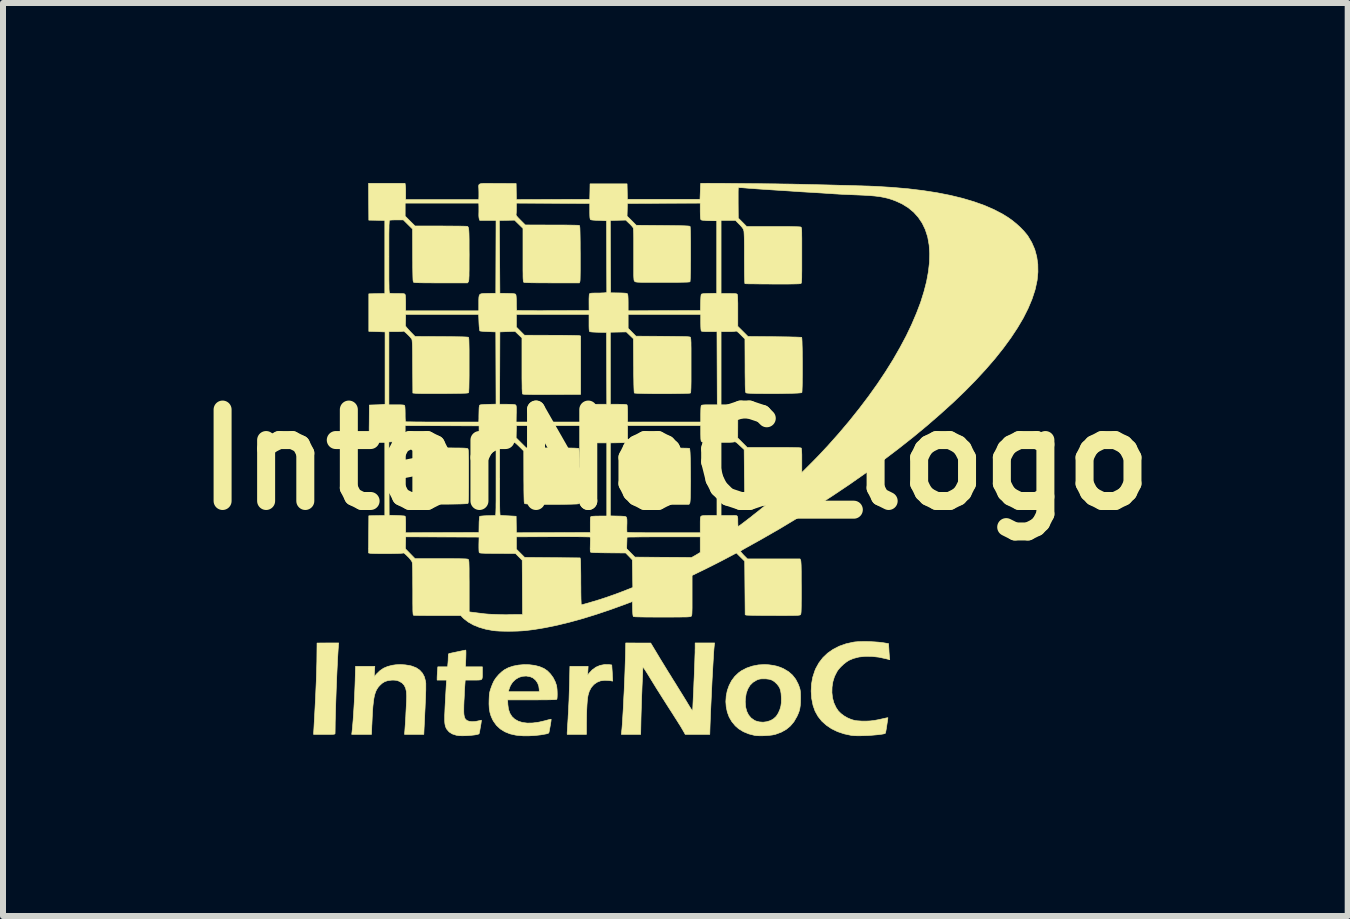
<source format=kicad_pcb>
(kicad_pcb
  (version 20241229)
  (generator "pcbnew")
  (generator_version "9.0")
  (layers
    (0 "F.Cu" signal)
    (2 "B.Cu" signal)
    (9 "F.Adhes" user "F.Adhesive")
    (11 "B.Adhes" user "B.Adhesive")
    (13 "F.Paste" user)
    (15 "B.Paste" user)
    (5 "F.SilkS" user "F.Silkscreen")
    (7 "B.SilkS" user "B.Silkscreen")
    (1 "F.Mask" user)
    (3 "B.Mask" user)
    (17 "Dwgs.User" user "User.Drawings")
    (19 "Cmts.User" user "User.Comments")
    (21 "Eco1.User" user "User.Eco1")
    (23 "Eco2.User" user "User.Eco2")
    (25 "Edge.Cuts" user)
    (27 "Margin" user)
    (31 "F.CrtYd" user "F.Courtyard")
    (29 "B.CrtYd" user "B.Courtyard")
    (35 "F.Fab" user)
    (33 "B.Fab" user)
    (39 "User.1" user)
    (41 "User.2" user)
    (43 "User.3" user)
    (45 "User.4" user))
  (footprint "InterNoC_logo"
    (layer "F.Cu")
    (at 8.208 4.612)
    (property "Reference" "InterNoC_logo" (at 0 0 0) (layer "F.SilkS") (effects (font (size 1.524 1.524) (thickness 0.3))))
    (attr through_hole)
    (fp_poly (pts (xy -5.617 3.114) (xy -5.621 3.164) (xy -5.625 3.23) (xy -5.63 3.309) (xy -5.634 3.398) (xy -5.639 3.497) (xy -5.644 3.602) (xy -5.648 3.713) (xy -5.653 3.827) (xy -5.657 3.941) (xy -5.661 4.055) (xy -5.664 4.165) (xy -5.667 4.271) (xy -5.67 4.37) (xy -5.671 4.46) (xy -5.672 4.538) (xy -5.673 4.566) (xy -5.674 4.571) (xy -5.679 4.574) (xy -5.689 4.577) (xy -5.708 4.579) (xy -5.736 4.58) (xy -5.777 4.58) (xy -5.832 4.58) (xy -5.852 4.58) (xy -6.031 4.58) (xy -6.025 4.481) (xy -6.015 4.297) (xy -6.006 4.129) (xy -5.998 3.975) (xy -5.992 3.834) (xy -5.986 3.703) (xy -5.982 3.583) (xy -5.979 3.471) (xy -5.976 3.367) (xy -5.975 3.268) (xy -5.975 3.266) (xy -5.973 3.057) (xy -5.792 3.056) (xy -5.612 3.056) (xy -5.617 3.114)) (stroke (width 0.01) (type solid)) (fill yes) (layer "F.SilkS"))
    (fp_poly (pts (xy -1.106 3.417) (xy -1.06 3.423) (xy -1.055 3.5) (xy -1.052 3.543) (xy -1.05 3.589) (xy -1.048 3.628) (xy -1.047 3.635) (xy -1.045 3.692) (xy -1.083 3.685) (xy -1.113 3.682) (xy -1.15 3.68) (xy -1.181 3.679) (xy -1.248 3.688) (xy -1.307 3.712) (xy -1.359 3.749) (xy -1.402 3.799) (xy -1.435 3.861) (xy -1.455 3.928) (xy -1.462 3.968) (xy -1.468 4.023) (xy -1.473 4.089) (xy -1.477 4.166) (xy -1.48 4.25) (xy -1.481 4.338) (xy -1.482 4.396) (xy -1.482 4.58) (xy -1.803 4.58) (xy -1.803 4.561) (xy -1.803 4.548) (xy -1.801 4.521) (xy -1.799 4.481) (xy -1.796 4.43) (xy -1.792 4.372) (xy -1.788 4.308) (xy -1.787 4.282) (xy -1.782 4.203) (xy -1.778 4.113) (xy -1.773 4.016) (xy -1.77 3.918) (xy -1.767 3.823) (xy -1.764 3.738) (xy -1.764 3.734) (xy -1.758 3.446) (xy -1.454 3.446) (xy -1.458 3.519) (xy -1.463 3.593) (xy -1.441 3.564) (xy -1.386 3.505) (xy -1.324 3.46) (xy -1.254 3.43) (xy -1.18 3.416) (xy -1.106 3.417)) (stroke (width 0.01) (type solid)) (fill yes) (layer "F.SilkS"))
    (fp_poly (pts (xy -4.504 3.421) (xy -4.428 3.433) (xy -4.392 3.442) (xy -4.32 3.47) (xy -4.262 3.509) (xy -4.216 3.56) (xy -4.184 3.62) (xy -4.165 3.692) (xy -4.16 3.728) (xy -4.16 3.752) (xy -4.16 3.789) (xy -4.16 3.839) (xy -4.162 3.897) (xy -4.164 3.963) (xy -4.167 4.032) (xy -4.169 4.068) (xy -4.172 4.142) (xy -4.176 4.216) (xy -4.179 4.287) (xy -4.182 4.353) (xy -4.185 4.409) (xy -4.187 4.452) (xy -4.188 4.464) (xy -4.193 4.58) (xy -4.515 4.58) (xy -4.509 4.515) (xy -4.506 4.47) (xy -4.502 4.415) (xy -4.498 4.352) (xy -4.494 4.284) (xy -4.491 4.214) (xy -4.487 4.146) (xy -4.484 4.082) (xy -4.481 4.025) (xy -4.48 3.979) (xy -4.479 3.946) (xy -4.479 3.941) (xy -4.483 3.867) (xy -4.497 3.807) (xy -4.521 3.76) (xy -4.555 3.723) (xy -4.601 3.696) (xy -4.613 3.691) (xy -4.642 3.681) (xy -4.671 3.677) (xy -4.705 3.675) (xy -4.733 3.676) (xy -4.794 3.684) (xy -4.845 3.701) (xy -4.891 3.73) (xy -4.93 3.767) (xy -4.953 3.793) (xy -4.972 3.822) (xy -4.989 3.853) (xy -5.003 3.89) (xy -5.016 3.933) (xy -5.026 3.984) (xy -5.034 4.044) (xy -5.042 4.114) (xy -5.048 4.197) (xy -5.053 4.294) (xy -5.058 4.406) (xy -5.06 4.434) (xy -5.065 4.58) (xy -5.395 4.58) (xy -5.39 4.54) (xy -5.384 4.486) (xy -5.378 4.418) (xy -5.371 4.337) (xy -5.365 4.248) (xy -5.359 4.153) (xy -5.353 4.054) (xy -5.348 3.954) (xy -5.344 3.856) (xy -5.34 3.761) (xy -5.337 3.674) (xy -5.337 3.664) (xy -5.331 3.446) (xy -5.01 3.446) (xy -5.015 3.532) (xy -5.021 3.619) (xy -4.977 3.569) (xy -4.923 3.517) (xy -4.864 3.477) (xy -4.796 3.448) (xy -4.718 3.428) (xy -4.662 3.42) (xy -4.585 3.416) (xy -4.504 3.421)) (stroke (width 0.01) (type solid)) (fill yes) (layer "F.SilkS"))
    (fp_poly (pts (xy 3.247 3.034) (xy 3.32 3.038) (xy 3.389 3.043) (xy 3.448 3.05) (xy 3.464 3.052) (xy 3.554 3.067) (xy 3.56 3.161) (xy 3.562 3.204) (xy 3.565 3.245) (xy 3.568 3.279) (xy 3.57 3.295) (xy 3.574 3.335) (xy 3.512 3.319) (xy 3.391 3.293) (xy 3.274 3.28) (xy 3.164 3.279) (xy 3.062 3.29) (xy 2.969 3.314) (xy 2.891 3.347) (xy 2.849 3.375) (xy 2.802 3.412) (xy 2.757 3.455) (xy 2.718 3.499) (xy 2.694 3.534) (xy 2.653 3.615) (xy 2.626 3.702) (xy 2.612 3.792) (xy 2.61 3.883) (xy 2.62 3.972) (xy 2.643 4.056) (xy 2.679 4.133) (xy 2.715 4.187) (xy 2.757 4.23) (xy 2.811 4.271) (xy 2.872 4.306) (xy 2.934 4.332) (xy 2.968 4.342) (xy 3.001 4.35) (xy 3.038 4.354) (xy 3.084 4.357) (xy 3.109 4.359) (xy 3.181 4.359) (xy 3.248 4.356) (xy 3.316 4.348) (xy 3.391 4.334) (xy 3.449 4.321) (xy 3.486 4.313) (xy 3.516 4.306) (xy 3.536 4.303) (xy 3.543 4.302) (xy 3.542 4.311) (xy 3.54 4.333) (xy 3.535 4.365) (xy 3.529 4.402) (xy 3.523 4.443) (xy 3.517 4.482) (xy 3.511 4.517) (xy 3.506 4.543) (xy 3.502 4.559) (xy 3.502 4.56) (xy 3.491 4.567) (xy 3.466 4.573) (xy 3.429 4.579) (xy 3.382 4.585) (xy 3.328 4.59) (xy 3.269 4.595) (xy 3.207 4.599) (xy 3.145 4.601) (xy 3.085 4.603) (xy 3.031 4.603) (xy 2.983 4.601) (xy 2.944 4.598) (xy 2.934 4.597) (xy 2.813 4.571) (xy 2.703 4.534) (xy 2.604 4.486) (xy 2.517 4.427) (xy 2.441 4.359) (xy 2.379 4.281) (xy 2.33 4.194) (xy 2.296 4.098) (xy 2.295 4.094) (xy 2.272 3.977) (xy 2.264 3.859) (xy 2.27 3.742) (xy 2.29 3.628) (xy 2.325 3.521) (xy 2.34 3.484) (xy 2.394 3.387) (xy 2.461 3.3) (xy 2.54 3.225) (xy 2.631 3.162) (xy 2.732 3.11) (xy 2.845 3.07) (xy 2.967 3.043) (xy 2.994 3.039) (xy 3.043 3.035) (xy 3.104 3.033) (xy 3.174 3.032) (xy 3.247 3.034)) (stroke (width 0.01) (type solid)) (fill yes) (layer "F.SilkS"))
    (fp_poly (pts (xy -3.492 3.183) (xy -3.491 3.205) (xy -3.491 3.239) (xy -3.492 3.281) (xy -3.493 3.315) (xy -3.499 3.454) (xy -3.217 3.454) (xy -3.217 3.545) (xy -3.217 3.592) (xy -3.218 3.626) (xy -3.222 3.649) (xy -3.231 3.664) (xy -3.249 3.671) (xy -3.276 3.674) (xy -3.316 3.675) (xy -3.365 3.675) (xy -3.503 3.675) (xy -3.508 3.744) (xy -3.51 3.773) (xy -3.513 3.816) (xy -3.516 3.868) (xy -3.518 3.927) (xy -3.521 3.988) (xy -3.523 4.017) (xy -3.526 4.094) (xy -3.527 4.156) (xy -3.527 4.205) (xy -3.525 4.243) (xy -3.52 4.273) (xy -3.514 4.297) (xy -3.505 4.317) (xy -3.5 4.325) (xy -3.475 4.348) (xy -3.438 4.362) (xy -3.39 4.368) (xy -3.335 4.365) (xy -3.289 4.356) (xy -3.262 4.35) (xy -3.242 4.345) (xy -3.234 4.344) (xy -3.233 4.351) (xy -3.236 4.372) (xy -3.24 4.402) (xy -3.246 4.437) (xy -3.253 4.475) (xy -3.259 4.511) (xy -3.265 4.541) (xy -3.27 4.563) (xy -3.273 4.571) (xy -3.287 4.577) (xy -3.314 4.584) (xy -3.351 4.59) (xy -3.396 4.595) (xy -3.444 4.599) (xy -3.492 4.602) (xy -3.493 4.602) (xy -3.556 4.603) (xy -3.607 4.601) (xy -3.648 4.595) (xy -3.656 4.593) (xy -3.72 4.572) (xy -3.771 4.539) (xy -3.809 4.495) (xy -3.819 4.478) (xy -3.827 4.46) (xy -3.834 4.44) (xy -3.839 4.417) (xy -3.843 4.39) (xy -3.845 4.356) (xy -3.845 4.313) (xy -3.845 4.261) (xy -3.842 4.198) (xy -3.839 4.121) (xy -3.834 4.03) (xy -3.833 4.007) (xy -3.814 3.675) (xy -3.971 3.675) (xy -3.971 3.634) (xy -3.97 3.606) (xy -3.968 3.568) (xy -3.966 3.529) (xy -3.965 3.524) (xy -3.96 3.454) (xy -3.796 3.454) (xy -3.79 3.385) (xy -3.787 3.346) (xy -3.786 3.307) (xy -3.785 3.277) (xy -3.785 3.275) (xy -3.784 3.25) (xy -3.779 3.237) (xy -3.769 3.231) (xy -3.766 3.231) (xy -3.751 3.228) (xy -3.723 3.222) (xy -3.685 3.214) (xy -3.642 3.205) (xy -3.623 3.201) (xy -3.58 3.192) (xy -3.542 3.184) (xy -3.513 3.178) (xy -3.497 3.175) (xy -3.494 3.175) (xy -3.492 3.183)) (stroke (width 0.01) (type solid)) (fill yes) (layer "F.SilkS"))
    (fp_poly (pts (xy 1.559 3.42) (xy 1.631 3.43) (xy 1.691 3.443) (xy 1.746 3.461) (xy 1.803 3.485) (xy 1.809 3.489) (xy 1.887 3.535) (xy 1.952 3.592) (xy 2.006 3.661) (xy 2.048 3.742) (xy 2.061 3.776) (xy 2.071 3.804) (xy 2.078 3.829) (xy 2.082 3.852) (xy 2.085 3.879) (xy 2.086 3.913) (xy 2.087 3.959) (xy 2.087 3.979) (xy 2.086 4.047) (xy 2.082 4.102) (xy 2.075 4.149) (xy 2.064 4.193) (xy 2.047 4.237) (xy 2.024 4.288) (xy 2.023 4.288) (xy 1.976 4.37) (xy 1.917 4.44) (xy 1.848 4.497) (xy 1.766 4.543) (xy 1.672 4.578) (xy 1.655 4.582) (xy 1.618 4.59) (xy 1.569 4.596) (xy 1.513 4.6) (xy 1.455 4.603) (xy 1.401 4.603) (xy 1.354 4.601) (xy 1.326 4.598) (xy 1.224 4.572) (xy 1.134 4.535) (xy 1.056 4.487) (xy 0.999 4.437) (xy 0.942 4.368) (xy 0.897 4.291) (xy 0.866 4.207) (xy 0.848 4.119) (xy 0.842 4.039) (xy 1.165 4.039) (xy 1.171 4.122) (xy 1.19 4.195) (xy 1.22 4.256) (xy 1.262 4.306) (xy 1.316 4.345) (xy 1.342 4.357) (xy 1.399 4.372) (xy 1.462 4.377) (xy 1.525 4.369) (xy 1.582 4.351) (xy 1.584 4.351) (xy 1.639 4.319) (xy 1.682 4.279) (xy 1.715 4.228) (xy 1.718 4.222) (xy 1.743 4.165) (xy 1.759 4.11) (xy 1.767 4.052) (xy 1.768 3.985) (xy 1.767 3.963) (xy 1.763 3.901) (xy 1.755 3.852) (xy 1.742 3.812) (xy 1.722 3.776) (xy 1.695 3.742) (xy 1.691 3.738) (xy 1.652 3.701) (xy 1.612 3.676) (xy 1.566 3.661) (xy 1.51 3.654) (xy 1.482 3.654) (xy 1.44 3.654) (xy 1.41 3.657) (xy 1.385 3.663) (xy 1.36 3.673) (xy 1.354 3.676) (xy 1.293 3.713) (xy 1.244 3.762) (xy 1.207 3.824) (xy 1.181 3.897) (xy 1.168 3.982) (xy 1.165 4.039) (xy 0.842 4.039) (xy 0.842 4.029) (xy 0.848 3.939) (xy 0.866 3.85) (xy 0.896 3.766) (xy 0.937 3.686) (xy 0.99 3.615) (xy 1.054 3.554) (xy 1.101 3.52) (xy 1.187 3.475) (xy 1.283 3.442) (xy 1.384 3.422) (xy 1.487 3.416) (xy 1.559 3.42)) (stroke (width 0.01) (type solid)) (fill yes) (layer "F.SilkS"))
    (fp_poly (pts (xy -2.434 3.419) (xy -2.345 3.43) (xy -2.263 3.451) (xy -2.19 3.482) (xy -2.133 3.521) (xy -2.081 3.574) (xy -2.036 3.636) (xy -2.001 3.706) (xy -1.98 3.768) (xy -1.976 3.795) (xy -1.972 3.83) (xy -1.97 3.87) (xy -1.969 3.911) (xy -1.97 3.948) (xy -1.972 3.977) (xy -1.975 3.993) (xy -1.976 3.994) (xy -1.981 3.997) (xy -1.995 3.999) (xy -2.018 4.001) (xy -2.051 4.002) (xy -2.096 4.003) (xy -2.153 4.004) (xy -2.224 4.004) (xy -2.31 4.005) (xy -2.389 4.005) (xy -2.796 4.005) (xy -2.792 4.083) (xy -2.782 4.161) (xy -2.759 4.227) (xy -2.724 4.283) (xy -2.677 4.327) (xy -2.618 4.36) (xy -2.548 4.382) (xy -2.467 4.392) (xy -2.376 4.39) (xy -2.274 4.376) (xy -2.163 4.35) (xy -2.154 4.347) (xy -2.12 4.338) (xy -2.092 4.331) (xy -2.075 4.328) (xy -2.07 4.328) (xy -2.071 4.337) (xy -2.073 4.359) (xy -2.078 4.39) (xy -2.083 4.42) (xy -2.09 4.46) (xy -2.097 4.496) (xy -2.102 4.524) (xy -2.104 4.535) (xy -2.108 4.551) (xy -2.117 4.561) (xy -2.136 4.568) (xy -2.153 4.572) (xy -2.243 4.588) (xy -2.341 4.599) (xy -2.44 4.604) (xy -2.537 4.604) (xy -2.625 4.597) (xy -2.659 4.593) (xy -2.757 4.571) (xy -2.843 4.536) (xy -2.918 4.489) (xy -2.981 4.431) (xy -3.032 4.36) (xy -3.047 4.333) (xy -3.073 4.273) (xy -3.091 4.213) (xy -3.102 4.147) (xy -3.106 4.073) (xy -3.105 4.014) (xy -3.103 3.963) (xy -3.101 3.924) (xy -3.097 3.892) (xy -3.092 3.869) (xy -2.784 3.869) (xy -2.269 3.869) (xy -2.269 3.831) (xy -2.277 3.773) (xy -2.298 3.72) (xy -2.33 3.675) (xy -2.373 3.639) (xy -2.419 3.619) (xy -2.486 3.607) (xy -2.55 3.612) (xy -2.611 3.631) (xy -2.665 3.664) (xy -2.712 3.709) (xy -2.749 3.765) (xy -2.773 3.829) (xy -2.784 3.869) (xy -3.092 3.869) (xy -3.091 3.864) (xy -3.082 3.834) (xy -3.074 3.81) (xy -3.059 3.769) (xy -3.042 3.728) (xy -3.026 3.694) (xy -3.02 3.683) (xy -2.986 3.633) (xy -2.941 3.581) (xy -2.891 3.535) (xy -2.85 3.504) (xy -2.782 3.468) (xy -2.703 3.442) (xy -2.616 3.425) (xy -2.525 3.417) (xy -2.434 3.419)) (stroke (width 0.01) (type solid)) (fill yes) (layer "F.SilkS"))
    (fp_poly (pts (xy 0.649 3.097) (xy 0.646 3.126) (xy 0.642 3.171) (xy 0.638 3.229) (xy 0.634 3.299) (xy 0.629 3.379) (xy 0.624 3.467) (xy 0.619 3.563) (xy 0.613 3.663) (xy 0.608 3.767) (xy 0.603 3.873) (xy 0.598 3.979) (xy 0.593 4.084) (xy 0.588 4.185) (xy 0.584 4.281) (xy 0.581 4.37) (xy 0.579 4.417) (xy 0.574 4.58) (xy 0.165 4.58) (xy 0.123 4.506) (xy 0.107 4.479) (xy 0.084 4.44) (xy 0.054 4.393) (xy 0.021 4.34) (xy -0.015 4.284) (xy -0.047 4.233) (xy -0.111 4.134) (xy -0.167 4.046) (xy -0.218 3.966) (xy -0.264 3.893) (xy -0.309 3.822) (xy -0.352 3.752) (xy -0.397 3.679) (xy -0.433 3.62) (xy -0.467 3.565) (xy -0.493 3.524) (xy -0.513 3.494) (xy -0.526 3.475) (xy -0.535 3.465) (xy -0.54 3.463) (xy -0.542 3.468) (xy -0.542 3.472) (xy -0.542 3.487) (xy -0.544 3.517) (xy -0.545 3.56) (xy -0.547 3.612) (xy -0.55 3.673) (xy -0.553 3.739) (xy -0.555 3.78) (xy -0.558 3.865) (xy -0.562 3.958) (xy -0.565 4.057) (xy -0.568 4.154) (xy -0.571 4.245) (xy -0.573 4.32) (xy -0.578 4.58) (xy -0.9 4.58) (xy -0.895 4.532) (xy -0.89 4.485) (xy -0.885 4.423) (xy -0.88 4.348) (xy -0.875 4.262) (xy -0.869 4.168) (xy -0.864 4.067) (xy -0.859 3.961) (xy -0.853 3.853) (xy -0.849 3.744) (xy -0.844 3.636) (xy -0.84 3.532) (xy -0.837 3.434) (xy -0.834 3.343) (xy -0.832 3.291) (xy -0.827 3.056) (xy -0.619 3.057) (xy -0.411 3.057) (xy -0.316 3.215) (xy -0.289 3.26) (xy -0.255 3.317) (xy -0.215 3.382) (xy -0.172 3.452) (xy -0.127 3.526) (xy -0.081 3.599) (xy -0.045 3.658) (xy -0.002 3.726) (xy 0.041 3.796) (xy 0.083 3.864) (xy 0.123 3.928) (xy 0.158 3.985) (xy 0.187 4.032) (xy 0.207 4.066) (xy 0.232 4.107) (xy 0.253 4.141) (xy 0.271 4.167) (xy 0.282 4.183) (xy 0.287 4.187) (xy 0.288 4.178) (xy 0.29 4.153) (xy 0.292 4.116) (xy 0.294 4.066) (xy 0.297 4.007) (xy 0.3 3.94) (xy 0.304 3.867) (xy 0.307 3.788) (xy 0.31 3.707) (xy 0.314 3.626) (xy 0.317 3.544) (xy 0.32 3.466) (xy 0.323 3.391) (xy 0.325 3.323) (xy 0.327 3.262) (xy 0.329 3.211) (xy 0.329 3.171) (xy 0.33 3.152) (xy 0.33 3.056) (xy 0.654 3.056) (xy 0.649 3.097)) (stroke (width 0.01) (type solid)) (fill yes) (layer "F.SilkS"))
    (fp_poly (pts (xy 0.607 -4.606) (xy 0.68 -4.606) (xy 0.762 -4.606) (xy 0.851 -4.605) (xy 0.946 -4.604) (xy 1.046 -4.603) (xy 1.15 -4.602) (xy 1.256 -4.601) (xy 1.362 -4.6) (xy 1.468 -4.599) (xy 1.572 -4.598) (xy 1.672 -4.597) (xy 1.768 -4.595) (xy 1.858 -4.594) (xy 1.941 -4.593) (xy 2.015 -4.591) (xy 2.079 -4.59) (xy 2.108 -4.589) (xy 2.267 -4.585) (xy 2.409 -4.582) (xy 2.537 -4.579) (xy 2.65 -4.576) (xy 2.752 -4.573) (xy 2.841 -4.571) (xy 2.92 -4.569) (xy 2.989 -4.567) (xy 3.05 -4.565) (xy 3.103 -4.564) (xy 3.15 -4.562) (xy 3.192 -4.561) (xy 3.229 -4.56) (xy 3.263 -4.558) (xy 3.295 -4.557) (xy 3.325 -4.556) (xy 3.344 -4.555) (xy 3.62 -4.538) (xy 3.882 -4.515) (xy 4.13 -4.485) (xy 4.363 -4.449) (xy 4.582 -4.406) (xy 4.787 -4.356) (xy 4.976 -4.3) (xy 5.151 -4.238) (xy 5.31 -4.169) (xy 5.454 -4.094) (xy 5.546 -4.037) (xy 5.615 -3.988) (xy 5.684 -3.932) (xy 5.75 -3.872) (xy 5.809 -3.811) (xy 5.858 -3.753) (xy 5.876 -3.729) (xy 5.941 -3.62) (xy 5.991 -3.505) (xy 6.024 -3.384) (xy 6.042 -3.258) (xy 6.044 -3.127) (xy 6.031 -2.99) (xy 6.001 -2.849) (xy 5.994 -2.823) (xy 5.945 -2.674) (xy 5.88 -2.52) (xy 5.8 -2.361) (xy 5.704 -2.198) (xy 5.593 -2.03) (xy 5.468 -1.859) (xy 5.328 -1.683) (xy 5.174 -1.505) (xy 5.006 -1.323) (xy 4.824 -1.138) (xy 4.629 -0.951) (xy 4.42 -0.762) (xy 4.199 -0.57) (xy 3.966 -0.377) (xy 3.719 -0.182) (xy 3.461 0.014) (xy 3.191 0.211) (xy 2.91 0.408) (xy 2.891 0.421) (xy 2.618 0.604) (xy 2.333 0.789) (xy 2.038 0.972) (xy 1.739 1.152) (xy 1.438 1.325) (xy 1.158 1.481) (xy 1.128 1.498) (xy 1.104 1.513) (xy 1.089 1.523) (xy 1.087 1.525) (xy 1.09 1.535) (xy 1.104 1.553) (xy 1.125 1.577) (xy 1.142 1.595) (xy 1.202 1.655) (xy 2.078 1.655) (xy 2.089 1.676) (xy 2.091 1.685) (xy 2.093 1.702) (xy 2.095 1.728) (xy 2.097 1.763) (xy 2.098 1.81) (xy 2.099 1.869) (xy 2.099 1.942) (xy 2.099 2.029) (xy 2.1 2.132) (xy 2.1 2.134) (xy 2.1 2.232) (xy 2.1 2.314) (xy 2.099 2.381) (xy 2.099 2.436) (xy 2.098 2.48) (xy 2.097 2.514) (xy 2.096 2.539) (xy 2.094 2.557) (xy 2.092 2.569) (xy 2.09 2.577) (xy 2.087 2.583) (xy 2.084 2.585) (xy 2.08 2.588) (xy 2.072 2.591) (xy 2.06 2.593) (xy 2.043 2.595) (xy 2.019 2.596) (xy 1.986 2.597) (xy 1.944 2.598) (xy 1.89 2.598) (xy 1.824 2.599) (xy 1.743 2.599) (xy 1.648 2.598) (xy 1.638 2.598) (xy 1.553 2.598) (xy 1.473 2.598) (xy 1.4 2.597) (xy 1.334 2.596) (xy 1.279 2.595) (xy 1.234 2.594) (xy 1.203 2.593) (xy 1.187 2.592) (xy 1.185 2.592) (xy 1.164 2.586) (xy 1.16 2.14) (xy 1.156 1.693) (xy 1.087 1.625) (xy 1.018 1.556) (xy 0.837 1.652) (xy 0.772 1.686) (xy 0.698 1.724) (xy 0.619 1.764) (xy 0.543 1.802) (xy 0.475 1.836) (xy 0.468 1.839) (xy 0.279 1.931) (xy 0.279 2.264) (xy 0.279 2.348) (xy 0.279 2.417) (xy 0.279 2.472) (xy 0.278 2.515) (xy 0.277 2.547) (xy 0.276 2.571) (xy 0.274 2.588) (xy 0.271 2.599) (xy 0.268 2.606) (xy 0.264 2.61) (xy 0.264 2.611) (xy 0.259 2.614) (xy 0.252 2.616) (xy 0.241 2.618) (xy 0.224 2.62) (xy 0.2 2.622) (xy 0.168 2.623) (xy 0.127 2.623) (xy 0.075 2.624) (xy 0.011 2.624) (xy -0.067 2.625) (xy -0.159 2.625) (xy -0.222 2.625) (xy -0.327 2.625) (xy -0.416 2.624) (xy -0.49 2.624) (xy -0.551 2.623) (xy -0.6 2.622) (xy -0.637 2.621) (xy -0.665 2.62) (xy -0.684 2.618) (xy -0.696 2.616) (xy -0.701 2.614) (xy -0.701 2.614) (xy -0.705 2.601) (xy -0.709 2.574) (xy -0.711 2.535) (xy -0.713 2.487) (xy -0.713 2.484) (xy -0.715 2.365) (xy -0.847 2.415) (xy -1.085 2.501) (xy -1.317 2.579) (xy -1.543 2.649) (xy -1.761 2.709) (xy -1.97 2.76) (xy -2.169 2.801) (xy -2.356 2.832) (xy -2.492 2.849) (xy -2.554 2.854) (xy -2.626 2.858) (xy -2.703 2.86) (xy -2.782 2.861) (xy -2.86 2.86) (xy -2.932 2.858) (xy -2.994 2.854) (xy -3.044 2.849) (xy -3.046 2.848) (xy -3.163 2.826) (xy -3.27 2.795) (xy -3.366 2.756) (xy -3.45 2.709) (xy -3.521 2.655) (xy -3.543 2.634) (xy -3.576 2.599) (xy -3.963 2.599) (xy -4.043 2.599) (xy -4.118 2.599) (xy -4.186 2.598) (xy -4.246 2.598) (xy -4.295 2.597) (xy -4.332 2.596) (xy -4.356 2.595) (xy -4.364 2.594) (xy -4.367 2.592) (xy -4.369 2.586) (xy -4.372 2.575) (xy -4.373 2.558) (xy -4.375 2.533) (xy -4.376 2.499) (xy -4.376 2.455) (xy -4.377 2.4) (xy -4.377 2.331) (xy -4.377 2.248) (xy -4.377 2.169) (xy -4.378 2.058) (xy -4.378 1.962) (xy -4.379 1.881) (xy -4.38 1.815) (xy -4.382 1.765) (xy -4.384 1.731) (xy -4.386 1.714) (xy -4.396 1.691) (xy -4.416 1.664) (xy -4.446 1.629) (xy -4.46 1.616) (xy -4.489 1.587) (xy -4.509 1.569) (xy -4.523 1.559) (xy -4.534 1.556) (xy -4.544 1.558) (xy -4.544 1.559) (xy -4.558 1.56) (xy -4.585 1.562) (xy -4.625 1.564) (xy -4.673 1.565) (xy -4.728 1.566) (xy -4.787 1.566) (xy -4.848 1.566) (xy -4.906 1.566) (xy -4.961 1.566) (xy -5.01 1.565) (xy -5.049 1.564) (xy -5.077 1.562) (xy -5.088 1.561) (xy -5.114 1.556) (xy -5.114 1.486) (xy -4.5 1.486) (xy -4.339 1.651) (xy -3.902 1.651) (xy -3.803 1.651) (xy -3.721 1.651) (xy -3.652 1.652) (xy -3.596 1.652) (xy -3.552 1.653) (xy -3.518 1.654) (xy -3.492 1.655) (xy -3.474 1.657) (xy -3.462 1.659) (xy -3.455 1.662) (xy -3.451 1.664) (xy -3.448 1.669) (xy -3.445 1.677) (xy -3.443 1.69) (xy -3.441 1.709) (xy -3.44 1.735) (xy -3.439 1.771) (xy -3.438 1.817) (xy -3.438 1.875) (xy -3.438 1.945) (xy -3.437 2.031) (xy -3.437 2.108) (xy -3.437 2.538) (xy -3.325 2.552) (xy -3.279 2.558) (xy -3.235 2.563) (xy -3.198 2.568) (xy -3.172 2.571) (xy -3.171 2.571) (xy -3.148 2.573) (xy -3.112 2.576) (xy -3.069 2.578) (xy -3.02 2.58) (xy -2.968 2.582) (xy -2.918 2.584) (xy -2.872 2.585) (xy -2.833 2.586) (xy -2.804 2.586) (xy -2.79 2.585) (xy -2.79 2.585) (xy -2.775 2.584) (xy -2.748 2.583) (xy -2.71 2.583) (xy -2.668 2.582) (xy -2.66 2.582) (xy -2.547 2.582) (xy -2.55 2.129) (xy -2.553 1.677) (xy -2.609 1.621) (xy -2.664 1.565) (xy -2.962 1.563) (xy -3.043 1.563) (xy -3.108 1.562) (xy -3.159 1.562) (xy -3.198 1.56) (xy -3.227 1.559) (xy -3.247 1.557) (xy -3.259 1.555) (xy -3.266 1.552) (xy -3.269 1.549) (xy -3.272 1.536) (xy -3.274 1.509) (xy -3.275 1.471) (xy -3.275 1.425) (xy -3.275 1.414) (xy -3.272 1.291) (xy -3.884 1.289) (xy -4.401 1.287) (xy -2.65 1.287) (xy -2.65 1.492) (xy -2.512 1.63) (xy -2.05 1.634) (xy -1.588 1.638) (xy -1.582 1.664) (xy -1.581 1.677) (xy -1.58 1.706) (xy -1.579 1.748) (xy -1.578 1.801) (xy -1.577 1.864) (xy -1.576 1.934) (xy -1.576 2.009) (xy -1.576 2.055) (xy -1.575 2.132) (xy -1.575 2.204) (xy -1.574 2.268) (xy -1.573 2.323) (xy -1.571 2.368) (xy -1.57 2.4) (xy -1.569 2.418) (xy -1.568 2.421) (xy -1.558 2.419) (xy -1.534 2.413) (xy -1.499 2.403) (xy -1.455 2.391) (xy -1.405 2.376) (xy -1.388 2.371) (xy -1.258 2.332) (xy -1.12 2.286) (xy -0.982 2.237) (xy -0.85 2.187) (xy -0.81 2.171) (xy -0.709 2.131) (xy -0.713 1.901) (xy -0.717 1.671) (xy -0.772 1.613) (xy -0.828 1.556) (xy -1.118 1.554) (xy -1.198 1.553) (xy -1.263 1.552) (xy -1.314 1.551) (xy -1.353 1.55) (xy -1.381 1.548) (xy -1.399 1.546) (xy -1.41 1.543) (xy -1.415 1.54) (xy -1.418 1.527) (xy -1.419 1.501) (xy -1.419 1.485) (xy -0.812 1.485) (xy -0.743 1.555) (xy -0.674 1.625) (xy -0.208 1.628) (xy -0.121 1.628) (xy -0.038 1.629) (xy 0.037 1.629) (xy 0.104 1.63) (xy 0.162 1.63) (xy 0.208 1.631) (xy 0.241 1.631) (xy 0.26 1.632) (xy 0.264 1.632) (xy 0.273 1.629) (xy 0.293 1.619) (xy 0.321 1.603) (xy 0.342 1.591) (xy 0.415 1.547) (xy 0.415 1.287) (xy -0.195 1.287) (xy -0.295 1.287) (xy -0.39 1.287) (xy -0.478 1.288) (xy -0.559 1.288) (xy -0.63 1.289) (xy -0.692 1.29) (xy -0.741 1.29) (xy -0.777 1.291) (xy -0.799 1.292) (xy -0.805 1.293) (xy -0.806 1.304) (xy -0.807 1.328) (xy -0.808 1.361) (xy -0.809 1.393) (xy -0.812 1.485) (xy -1.419 1.485) (xy -1.419 1.464) (xy -1.418 1.42) (xy -1.418 1.414) (xy -1.417 1.371) (xy -1.416 1.335) (xy -1.417 1.307) (xy -1.419 1.292) (xy -1.42 1.291) (xy -1.43 1.289) (xy -1.457 1.288) (xy -1.5 1.287) (xy -1.559 1.286) (xy -1.635 1.285) (xy -1.726 1.285) (xy -1.833 1.284) (xy -1.956 1.285) (xy -2.038 1.285) (xy -2.65 1.287) (xy -4.401 1.287) (xy -4.495 1.287) (xy -4.5 1.486) (xy -5.114 1.486) (xy -5.112 1.246) (xy -5.11 0.936) (xy -4.976 0.933) (xy -4.843 0.931) (xy -4.843 0.322) (xy -4.843 -0.288) (xy -4.964 -0.288) (xy -5.008 -0.288) (xy -5.046 -0.29) (xy -5.076 -0.292) (xy -5.093 -0.294) (xy -5.095 -0.295) (xy -5.095 -0.295) (xy -4.775 -0.295) (xy -4.771 0.927) (xy -4.644 0.931) (xy -4.599 0.933) (xy -4.559 0.936) (xy -4.528 0.938) (xy -4.51 0.941) (xy -4.506 0.942) (xy -4.502 0.951) (xy -4.499 0.97) (xy -4.497 1.001) (xy -4.496 1.047) (xy -4.496 1.084) (xy -4.496 1.219) (xy -3.274 1.215) (xy -3.272 1.085) (xy -3.271 1.038) (xy -3.268 0.998) (xy -3.266 0.967) (xy -3.263 0.95) (xy -3.261 0.946) (xy -3.25 0.943) (xy -3.225 0.94) (xy -3.19 0.937) (xy -3.148 0.935) (xy -3.135 0.935) (xy -3.092 0.934) (xy -3.053 0.933) (xy -3.023 0.932) (xy -3.006 0.932) (xy -3.004 0.932) (xy -3.001 0.931) (xy -2.998 0.928) (xy -2.996 0.921) (xy -2.994 0.91) (xy -2.993 0.894) (xy -2.992 0.87) (xy -2.991 0.839) (xy -2.99 0.798) (xy -2.99 0.747) (xy -2.989 0.685) (xy -2.989 0.61) (xy -2.989 0.521) (xy -2.989 0.418) (xy -2.989 0.327) (xy -2.989 -0.278) (xy -3.067 -0.279) (xy -2.929 -0.279) (xy -2.929 0.322) (xy -2.929 0.442) (xy -2.929 0.546) (xy -2.929 0.636) (xy -2.928 0.711) (xy -2.928 0.773) (xy -2.927 0.823) (xy -2.926 0.862) (xy -2.924 0.891) (xy -2.923 0.911) (xy -2.921 0.923) (xy -2.919 0.927) (xy -2.919 0.927) (xy -2.907 0.929) (xy -2.882 0.931) (xy -2.846 0.934) (xy -2.803 0.936) (xy -2.781 0.937) (xy -2.654 0.944) (xy -2.652 1.082) (xy -2.65 1.219) (xy -2.034 1.217) (xy -1.418 1.215) (xy -1.418 1.085) (xy -1.418 1.035) (xy -1.417 1) (xy -1.416 0.976) (xy -1.414 0.961) (xy -1.41 0.953) (xy -1.404 0.949) (xy -1.401 0.948) (xy -1.387 0.945) (xy -1.359 0.943) (xy -1.322 0.941) (xy -1.278 0.941) (xy -1.264 0.94) (xy -1.143 0.94) (xy -1.143 -0.279) (xy -1.084 -0.279) (xy -1.084 0.938) (xy -0.956 0.941) (xy -0.906 0.942) (xy -0.871 0.944) (xy -0.847 0.946) (xy -0.831 0.95) (xy -0.822 0.954) (xy -0.817 0.96) (xy -0.812 0.972) (xy -0.808 0.991) (xy -0.807 1.02) (xy -0.807 1.063) (xy -0.808 1.086) (xy -0.809 1.129) (xy -0.809 1.165) (xy -0.808 1.193) (xy -0.807 1.207) (xy -0.807 1.208) (xy -0.803 1.21) (xy -0.794 1.212) (xy -0.778 1.214) (xy -0.754 1.215) (xy -0.721 1.216) (xy -0.679 1.217) (xy -0.625 1.218) (xy -0.559 1.218) (xy -0.48 1.219) (xy -0.387 1.219) (xy -0.279 1.219) (xy -0.194 1.219) (xy 0.415 1.219) (xy 0.415 1.089) (xy 0.415 1.037) (xy 0.416 0.999) (xy 0.418 0.974) (xy 0.421 0.957) (xy 0.426 0.947) (xy 0.428 0.945) (xy 0.436 0.939) (xy 0.45 0.936) (xy 0.472 0.933) (xy 0.506 0.932) (xy 0.552 0.931) (xy 0.568 0.931) (xy 0.694 0.931) (xy 0.694 -0.288) (xy 0.762 -0.288) (xy 0.762 0.931) (xy 0.836 0.932) (xy 0.878 0.932) (xy 0.92 0.932) (xy 0.954 0.932) (xy 0.959 0.931) (xy 0.994 0.931) (xy 1.017 0.933) (xy 1.031 0.941) (xy 1.038 0.957) (xy 1.041 0.985) (xy 1.041 1.027) (xy 1.041 1.03) (xy 1.042 1.069) (xy 1.043 1.094) (xy 1.045 1.108) (xy 1.049 1.112) (xy 1.055 1.111) (xy 1.056 1.11) (xy 1.067 1.102) (xy 1.089 1.086) (xy 1.12 1.063) (xy 1.158 1.034) (xy 1.2 1.002) (xy 1.211 0.993) (xy 1.26 0.956) (xy 1.309 0.916) (xy 1.357 0.879) (xy 1.398 0.846) (xy 1.429 0.821) (xy 1.507 0.758) (xy 1.338 0.754) (xy 1.286 0.752) (xy 1.24 0.75) (xy 1.203 0.747) (xy 1.176 0.745) (xy 1.163 0.743) (xy 1.163 0.742) (xy 1.161 0.733) (xy 1.16 0.708) (xy 1.158 0.669) (xy 1.157 0.618) (xy 1.155 0.557) (xy 1.154 0.486) (xy 1.153 0.408) (xy 1.152 0.325) (xy 1.151 0.284) (xy 1.147 -0.168) (xy 1.075 -0.235) (xy 1.044 -0.264) (xy 1.022 -0.283) (xy 1.007 -0.293) (xy 0.995 -0.297) (xy 0.984 -0.297) (xy 0.978 -0.295) (xy 0.959 -0.292) (xy 0.928 -0.29) (xy 0.89 -0.288) (xy 0.857 -0.288) (xy 0.762 -0.288) (xy 0.694 -0.288) (xy 0.572 -0.288) (xy 0.522 -0.288) (xy 0.486 -0.289) (xy 0.462 -0.292) (xy 0.447 -0.295) (xy 0.438 -0.3) (xy 0.437 -0.301) (xy 0.431 -0.309) (xy 0.428 -0.323) (xy 0.425 -0.345) (xy 0.424 -0.379) (xy 0.423 -0.425) (xy 0.423 -0.441) (xy 0.423 -0.567) (xy -0.796 -0.567) (xy -0.796 -0.351) (xy -0.717 -0.272) (xy -0.638 -0.194) (xy -0.207 -0.194) (xy -0.108 -0.194) (xy -0.02 -0.194) (xy 0.057 -0.193) (xy 0.122 -0.192) (xy 0.173 -0.191) (xy 0.21 -0.19) (xy 0.232 -0.188) (xy 0.237 -0.187) (xy 0.24 -0.176) (xy 0.243 -0.151) (xy 0.246 -0.113) (xy 0.248 -0.063) (xy 0.25 -0.004) (xy 0.251 0.062) (xy 0.252 0.133) (xy 0.253 0.208) (xy 0.253 0.285) (xy 0.254 0.361) (xy 0.253 0.435) (xy 0.252 0.504) (xy 0.251 0.568) (xy 0.25 0.623) (xy 0.248 0.669) (xy 0.245 0.702) (xy 0.242 0.722) (xy 0.241 0.726) (xy 0.228 0.745) (xy -0.215 0.745) (xy -0.314 0.745) (xy -0.397 0.745) (xy -0.466 0.745) (xy -0.523 0.744) (xy -0.567 0.743) (xy -0.602 0.742) (xy -0.628 0.741) (xy -0.647 0.739) (xy -0.659 0.737) (xy -0.667 0.735) (xy -0.672 0.732) (xy -0.673 0.731) (xy -0.676 0.727) (xy -0.679 0.72) (xy -0.681 0.708) (xy -0.683 0.691) (xy -0.684 0.667) (xy -0.685 0.634) (xy -0.685 0.592) (xy -0.685 0.539) (xy -0.685 0.472) (xy -0.685 0.392) (xy -0.685 0.296) (xy -0.685 0.286) (xy -0.682 -0.145) (xy -0.754 -0.214) (xy -0.826 -0.284) (xy -0.955 -0.281) (xy -1.084 -0.279) (xy -1.143 -0.279) (xy -1.143 -0.279) (xy -1.271 -0.279) (xy -1.318 -0.28) (xy -1.359 -0.282) (xy -1.391 -0.284) (xy -1.411 -0.287) (xy -1.414 -0.288) (xy -1.421 -0.293) (xy -1.425 -0.3) (xy -1.428 -0.313) (xy -1.43 -0.334) (xy -1.431 -0.367) (xy -1.431 -0.412) (xy -1.431 -0.432) (xy -1.431 -0.567) (xy -2.649 -0.567) (xy -2.652 -0.465) (xy -2.654 -0.364) (xy -2.485 -0.195) (xy -2.053 -0.195) (xy -1.949 -0.195) (xy -1.862 -0.194) (xy -1.789 -0.194) (xy -1.731 -0.193) (xy -1.685 -0.192) (xy -1.651 -0.19) (xy -1.628 -0.189) (xy -1.614 -0.186) (xy -1.61 -0.185) (xy -1.608 -0.174) (xy -1.606 -0.148) (xy -1.604 -0.11) (xy -1.603 -0.06) (xy -1.601 -0.001) (xy -1.6 0.066) (xy -1.6 0.138) (xy -1.599 0.213) (xy -1.599 0.29) (xy -1.6 0.367) (xy -1.6 0.441) (xy -1.601 0.511) (xy -1.602 0.575) (xy -1.603 0.63) (xy -1.605 0.676) (xy -1.607 0.71) (xy -1.609 0.73) (xy -1.61 0.735) (xy -1.621 0.737) (xy -1.647 0.74) (xy -1.686 0.741) (xy -1.736 0.743) (xy -1.795 0.744) (xy -1.861 0.745) (xy -1.932 0.746) (xy -2.007 0.746) (xy -2.083 0.746) (xy -2.159 0.746) (xy -2.232 0.745) (xy -2.3 0.744) (xy -2.362 0.743) (xy -2.416 0.741) (xy -2.459 0.74) (xy -2.49 0.737) (xy -2.507 0.735) (xy -2.509 0.734) (xy -2.513 0.731) (xy -2.515 0.725) (xy -2.518 0.716) (xy -2.52 0.701) (xy -2.521 0.68) (xy -2.522 0.651) (xy -2.523 0.612) (xy -2.524 0.563) (xy -2.525 0.502) (xy -2.525 0.427) (xy -2.526 0.338) (xy -2.526 0.29) (xy -2.527 -0.144) (xy -2.603 -0.22) (xy -2.64 -0.255) (xy -2.666 -0.278) (xy -2.683 -0.288) (xy -2.687 -0.288) (xy -2.699 -0.285) (xy -2.724 -0.282) (xy -2.759 -0.28) (xy -2.802 -0.279) (xy -2.813 -0.279) (xy -2.929 -0.279) (xy -3.067 -0.279) (xy -3.12 -0.281) (xy -3.176 -0.282) (xy -3.218 -0.285) (xy -3.245 -0.289) (xy -3.259 -0.293) (xy -3.261 -0.295) (xy -3.266 -0.305) (xy -3.269 -0.325) (xy -3.271 -0.358) (xy -3.272 -0.406) (xy -3.272 -0.434) (xy -3.272 -0.563) (xy -3.888 -0.565) (xy -4.504 -0.567) (xy -4.504 -0.367) (xy -4.417 -0.281) (xy -4.329 -0.195) (xy -3.901 -0.195) (xy -3.803 -0.195) (xy -3.722 -0.195) (xy -3.654 -0.194) (xy -3.6 -0.194) (xy -3.556 -0.193) (xy -3.523 -0.192) (xy -3.498 -0.19) (xy -3.481 -0.189) (xy -3.469 -0.186) (xy -3.462 -0.184) (xy -3.459 -0.181) (xy -3.456 -0.177) (xy -3.454 -0.169) (xy -3.452 -0.156) (xy -3.45 -0.138) (xy -3.449 -0.111) (xy -3.448 -0.076) (xy -3.447 -0.031) (xy -3.446 0.026) (xy -3.446 0.096) (xy -3.446 0.18) (xy -3.446 0.275) (xy -3.446 0.376) (xy -3.446 0.461) (xy -3.447 0.532) (xy -3.447 0.59) (xy -3.448 0.635) (xy -3.449 0.67) (xy -3.451 0.696) (xy -3.453 0.714) (xy -3.455 0.725) (xy -3.458 0.73) (xy -3.458 0.73) (xy -3.469 0.733) (xy -3.495 0.735) (xy -3.534 0.737) (xy -3.584 0.739) (xy -3.643 0.74) (xy -3.71 0.741) (xy -3.782 0.742) (xy -3.857 0.742) (xy -3.933 0.742) (xy -4.009 0.742) (xy -4.083 0.741) (xy -4.152 0.74) (xy -4.214 0.739) (xy -4.268 0.737) (xy -4.312 0.735) (xy -4.344 0.733) (xy -4.361 0.73) (xy -4.363 0.729) (xy -4.367 0.725) (xy -4.369 0.718) (xy -4.371 0.707) (xy -4.373 0.69) (xy -4.374 0.665) (xy -4.375 0.633) (xy -4.376 0.59) (xy -4.377 0.535) (xy -4.377 0.469) (xy -4.377 0.388) (xy -4.377 0.291) (xy -4.377 -0.148) (xy -4.453 -0.224) (xy -4.529 -0.301) (xy -4.652 -0.298) (xy -4.775 -0.295) (xy -5.095 -0.295) (xy -5.098 -0.3) (xy -5.1 -0.313) (xy -5.102 -0.335) (xy -5.103 -0.368) (xy -5.104 -0.412) (xy -5.104 -0.469) (xy -5.104 -0.541) (xy -5.103 -0.606) (xy -5.101 -0.91) (xy -4.97 -0.914) (xy -4.839 -0.919) (xy -4.839 -2.129) (xy -4.974 -2.134) (xy -4.775 -2.134) (xy -4.775 -0.914) (xy -4.65 -0.914) (xy -4.593 -0.914) (xy -4.552 -0.912) (xy -4.526 -0.909) (xy -4.514 -0.904) (xy -4.51 -0.892) (xy -4.507 -0.866) (xy -4.505 -0.825) (xy -4.504 -0.767) (xy -4.504 -0.766) (xy -4.504 -0.721) (xy -4.503 -0.682) (xy -4.501 -0.653) (xy -4.5 -0.635) (xy -4.499 -0.632) (xy -4.489 -0.631) (xy -4.465 -0.63) (xy -4.426 -0.63) (xy -4.374 -0.629) (xy -4.31 -0.628) (xy -4.237 -0.628) (xy -4.155 -0.627) (xy -4.065 -0.627) (xy -3.969 -0.627) (xy -3.885 -0.627) (xy -3.277 -0.627) (xy -3.275 -0.688) (xy -3.275 -0.728) (xy -3.274 -0.774) (xy -3.273 -0.819) (xy -3.273 -0.823) (xy -3.271 -0.867) (xy -3.267 -0.896) (xy -3.261 -0.908) (xy -3.25 -0.913) (xy -3.226 -0.916) (xy -3.189 -0.919) (xy -3.136 -0.921) (xy -3.119 -0.922) (xy -3.067 -0.923) (xy -2.93 -0.923) (xy -2.804 -0.923) (xy -2.748 -0.922) (xy -2.707 -0.92) (xy -2.68 -0.917) (xy -2.665 -0.913) (xy -2.664 -0.912) (xy -2.658 -0.906) (xy -2.654 -0.897) (xy -2.652 -0.882) (xy -2.651 -0.859) (xy -2.651 -0.824) (xy -2.651 -0.775) (xy -2.652 -0.764) (xy -2.654 -0.627) (xy -2.043 -0.627) (xy -1.431 -0.627) (xy -1.431 -0.77) (xy -1.431 -0.823) (xy -1.43 -0.862) (xy -1.428 -0.888) (xy -1.426 -0.905) (xy -1.422 -0.914) (xy -1.417 -0.918) (xy -1.405 -0.92) (xy -1.378 -0.921) (xy -1.341 -0.922) (xy -1.298 -0.923) (xy -1.274 -0.923) (xy -1.143 -0.923) (xy -1.145 -1.522) (xy -1.147 -2.121) (xy -1.282 -2.123) (xy -1.32 -2.124) (xy -1.084 -2.124) (xy -1.084 -0.923) (xy -0.95 -0.923) (xy -0.891 -0.922) (xy -0.849 -0.921) (xy -0.821 -0.918) (xy -0.807 -0.913) (xy -0.806 -0.913) (xy -0.802 -0.901) (xy -0.799 -0.876) (xy -0.797 -0.837) (xy -0.796 -0.781) (xy -0.796 -0.765) (xy -0.796 -0.627) (xy 0.423 -0.627) (xy 0.423 -0.76) (xy 0.424 -0.819) (xy 0.426 -0.862) (xy 0.429 -0.89) (xy 0.433 -0.903) (xy 0.433 -0.904) (xy 0.446 -0.909) (xy 0.472 -0.912) (xy 0.513 -0.914) (xy 0.571 -0.914) (xy 0.571 -0.914) (xy 0.699 -0.914) (xy 0.694 -2.134) (xy 0.569 -2.134) (xy 0.512 -2.134) (xy 0.471 -2.136) (xy 0.445 -2.139) (xy 0.433 -2.144) (xy 0.429 -2.155) (xy 0.426 -2.181) (xy 0.424 -2.221) (xy 0.423 -2.278) (xy 0.423 -2.288) (xy 0.423 -2.421) (xy -0.787 -2.421) (xy -0.787 -2.19) (xy -0.657 -2.058) (xy -0.211 -2.056) (xy -0.11 -2.055) (xy -0.024 -2.054) (xy 0.048 -2.053) (xy 0.106 -2.052) (xy 0.152 -2.051) (xy 0.188 -2.05) (xy 0.214 -2.048) (xy 0.232 -2.046) (xy 0.243 -2.044) (xy 0.248 -2.042) (xy 0.252 -2.038) (xy 0.254 -2.031) (xy 0.256 -2.02) (xy 0.258 -2.004) (xy 0.259 -1.981) (xy 0.261 -1.949) (xy 0.261 -1.908) (xy 0.262 -1.856) (xy 0.262 -1.792) (xy 0.262 -1.714) (xy 0.262 -1.621) (xy 0.262 -1.575) (xy 0.262 -1.469) (xy 0.262 -1.379) (xy 0.262 -1.304) (xy 0.261 -1.243) (xy 0.26 -1.195) (xy 0.258 -1.158) (xy 0.257 -1.133) (xy 0.255 -1.117) (xy 0.252 -1.111) (xy 0.242 -1.108) (xy 0.216 -1.106) (xy 0.177 -1.105) (xy 0.127 -1.103) (xy 0.068 -1.102) (xy 0.001 -1.101) (xy -0.071 -1.1) (xy -0.146 -1.1) (xy -0.224 -1.1) (xy -0.301 -1.1) (xy -0.376 -1.1) (xy -0.447 -1.101) (xy -0.513 -1.102) (xy -0.57 -1.104) (xy -0.618 -1.105) (xy -0.654 -1.107) (xy -0.677 -1.109) (xy -0.684 -1.111) (xy -0.686 -1.123) (xy -0.688 -1.151) (xy -0.69 -1.195) (xy -0.692 -1.256) (xy -0.693 -1.333) (xy -0.695 -1.426) (xy -0.695 -1.535) (xy -0.696 -1.568) (xy -0.699 -2.015) (xy -0.758 -2.072) (xy -0.817 -2.129) (xy -1.084 -2.124) (xy -1.32 -2.124) (xy -1.336 -2.125) (xy -1.379 -2.127) (xy -1.41 -2.13) (xy -1.427 -2.134) (xy -1.428 -2.135) (xy -1.433 -2.143) (xy -1.436 -2.161) (xy -1.438 -2.189) (xy -1.439 -2.231) (xy -1.439 -2.283) (xy -1.439 -2.421) (xy -2.65 -2.421) (xy -2.65 -2.21) (xy -2.515 -2.074) (xy -2.072 -2.073) (xy -1.987 -2.073) (xy -1.905 -2.073) (xy -1.83 -2.072) (xy -1.763 -2.071) (xy -1.706 -2.07) (xy -1.659 -2.069) (xy -1.626 -2.068) (xy -1.607 -2.067) (xy -1.604 -2.067) (xy -1.579 -2.061) (xy -1.579 -1.088) (xy -2.056 -1.086) (xy -2.168 -1.085) (xy -2.264 -1.085) (xy -2.344 -1.085) (xy -2.409 -1.086) (xy -2.461 -1.087) (xy -2.5 -1.088) (xy -2.526 -1.09) (xy -2.541 -1.092) (xy -2.545 -1.093) (xy -2.548 -1.098) (xy -2.55 -1.108) (xy -2.552 -1.125) (xy -2.553 -1.15) (xy -2.555 -1.185) (xy -2.555 -1.23) (xy -2.556 -1.286) (xy -2.557 -1.356) (xy -2.557 -1.44) (xy -2.557 -1.539) (xy -2.557 -1.565) (xy -2.557 -2.028) (xy -2.614 -2.083) (xy -2.671 -2.138) (xy -2.798 -2.134) (xy -2.925 -2.129) (xy -2.927 -1.526) (xy -2.93 -0.923) (xy -3.067 -0.923) (xy -2.989 -0.925) (xy -2.993 -2.129) (xy -3.122 -2.134) (xy -3.169 -2.136) (xy -3.21 -2.139) (xy -3.24 -2.142) (xy -3.257 -2.145) (xy -3.259 -2.147) (xy -3.263 -2.158) (xy -3.266 -2.183) (xy -3.27 -2.219) (xy -3.273 -2.264) (xy -3.274 -2.289) (xy -3.279 -2.421) (xy -4.496 -2.421) (xy -4.497 -2.333) (xy -4.498 -2.294) (xy -4.499 -2.262) (xy -4.499 -2.239) (xy -4.499 -2.232) (xy -4.494 -2.222) (xy -4.479 -2.202) (xy -4.456 -2.176) (xy -4.428 -2.145) (xy -4.42 -2.136) (xy -4.339 -2.053) (xy -3.899 -2.051) (xy -3.788 -2.05) (xy -3.694 -2.049) (xy -3.615 -2.048) (xy -3.552 -2.047) (xy -3.504 -2.045) (xy -3.471 -2.043) (xy -3.453 -2.041) (xy -3.449 -2.039) (xy -3.446 -2.034) (xy -3.444 -2.023) (xy -3.442 -2.004) (xy -3.441 -1.977) (xy -3.44 -1.939) (xy -3.439 -1.891) (xy -3.438 -1.83) (xy -3.438 -1.756) (xy -3.438 -1.667) (xy -3.438 -1.58) (xy -3.438 -1.483) (xy -3.438 -1.395) (xy -3.439 -1.317) (xy -3.44 -1.25) (xy -3.441 -1.195) (xy -3.443 -1.154) (xy -3.444 -1.128) (xy -3.446 -1.118) (xy -3.449 -1.115) (xy -3.457 -1.112) (xy -3.471 -1.11) (xy -3.492 -1.108) (xy -3.521 -1.107) (xy -3.56 -1.106) (xy -3.61 -1.105) (xy -3.673 -1.104) (xy -3.749 -1.103) (xy -3.841 -1.102) (xy -3.863 -1.102) (xy -3.946 -1.102) (xy -4.026 -1.102) (xy -4.101 -1.102) (xy -4.168 -1.102) (xy -4.226 -1.102) (xy -4.273 -1.103) (xy -4.306 -1.104) (xy -4.324 -1.105) (xy -4.376 -1.11) (xy -4.379 -1.548) (xy -4.38 -1.649) (xy -4.38 -1.734) (xy -4.381 -1.805) (xy -4.382 -1.863) (xy -4.383 -1.909) (xy -4.385 -1.945) (xy -4.387 -1.971) (xy -4.389 -1.99) (xy -4.391 -2.001) (xy -4.393 -2.007) (xy -4.406 -2.025) (xy -4.426 -2.049) (xy -4.45 -2.074) (xy -4.476 -2.099) (xy -4.5 -2.121) (xy -4.519 -2.136) (xy -4.531 -2.142) (xy -4.533 -2.142) (xy -4.544 -2.139) (xy -4.569 -2.136) (xy -4.604 -2.135) (xy -4.646 -2.134) (xy -4.658 -2.134) (xy -4.775 -2.134) (xy -4.974 -2.134) (xy -5.11 -2.138) (xy -5.11 -2.764) (xy -4.976 -2.767) (xy -4.843 -2.769) (xy -4.843 -3.389) (xy -4.775 -3.389) (xy -4.775 -3.382) (xy -4.775 -3.266) (xy -4.775 -3.165) (xy -4.775 -3.079) (xy -4.775 -3.007) (xy -4.774 -2.947) (xy -4.773 -2.898) (xy -4.773 -2.859) (xy -4.772 -2.829) (xy -4.77 -2.807) (xy -4.769 -2.792) (xy -4.767 -2.782) (xy -4.765 -2.776) (xy -4.762 -2.774) (xy -4.762 -2.774) (xy -4.749 -2.772) (xy -4.722 -2.77) (xy -4.686 -2.769) (xy -4.643 -2.769) (xy -4.631 -2.769) (xy -4.584 -2.768) (xy -4.551 -2.768) (xy -4.529 -2.766) (xy -4.516 -2.763) (xy -4.509 -2.758) (xy -4.505 -2.752) (xy -4.501 -2.738) (xy -4.499 -2.71) (xy -4.497 -2.672) (xy -4.496 -2.626) (xy -4.496 -2.608) (xy -4.496 -2.481) (xy -3.277 -2.481) (xy -3.277 -2.607) (xy -3.277 -2.663) (xy -3.275 -2.704) (xy -3.27 -2.733) (xy -3.26 -2.752) (xy -3.242 -2.763) (xy -3.213 -2.768) (xy -3.172 -2.77) (xy -3.12 -2.771) (xy -2.993 -2.773) (xy -2.989 -3.987) (xy -2.934 -3.987) (xy -2.929 -3.38) (xy -2.925 -2.773) (xy -2.798 -2.771) (xy -2.748 -2.769) (xy -2.712 -2.768) (xy -2.688 -2.765) (xy -2.672 -2.762) (xy -2.664 -2.757) (xy -2.661 -2.754) (xy -2.656 -2.74) (xy -2.653 -2.713) (xy -2.651 -2.67) (xy -2.65 -2.616) (xy -2.65 -2.572) (xy -2.649 -2.534) (xy -2.647 -2.505) (xy -2.645 -2.489) (xy -2.644 -2.486) (xy -2.635 -2.485) (xy -2.61 -2.485) (xy -2.571 -2.484) (xy -2.52 -2.483) (xy -2.456 -2.483) (xy -2.383 -2.483) (xy -2.301 -2.482) (xy -2.211 -2.482) (xy -2.116 -2.483) (xy -2.038 -2.483) (xy -1.438 -2.485) (xy -1.439 -2.619) (xy -1.439 -2.679) (xy -1.437 -2.723) (xy -1.435 -2.752) (xy -1.43 -2.765) (xy -1.422 -2.77) (xy -1.405 -2.774) (xy -1.377 -2.776) (xy -1.336 -2.777) (xy -1.308 -2.777) (xy -1.264 -2.777) (xy -1.223 -2.779) (xy -1.191 -2.78) (xy -1.171 -2.782) (xy -1.169 -2.782) (xy -1.143 -2.788) (xy -1.147 -3.984) (xy -1.229 -3.986) (xy -1.084 -3.986) (xy -1.082 -3.384) (xy -1.079 -2.781) (xy -0.944 -2.779) (xy -0.892 -2.778) (xy -0.854 -2.776) (xy -0.829 -2.774) (xy -0.812 -2.771) (xy -0.802 -2.767) (xy -0.798 -2.763) (xy -0.793 -2.749) (xy -0.79 -2.723) (xy -0.788 -2.683) (xy -0.787 -2.628) (xy -0.787 -2.615) (xy -0.787 -2.481) (xy 0.419 -2.485) (xy 0.421 -2.616) (xy 0.423 -2.666) (xy 0.425 -2.708) (xy 0.428 -2.738) (xy 0.432 -2.755) (xy 0.433 -2.757) (xy 0.443 -2.762) (xy 0.465 -2.766) (xy 0.501 -2.768) (xy 0.551 -2.77) (xy 0.566 -2.77) (xy 0.69 -2.773) (xy 0.69 -3.984) (xy 0.563 -3.986) (xy 0.513 -3.987) (xy 0.494 -3.988) (xy 0.762 -3.988) (xy 0.762 -2.769) (xy 0.893 -2.769) (xy 0.943 -2.768) (xy 0.979 -2.768) (xy 1.003 -2.766) (xy 1.018 -2.764) (xy 1.027 -2.76) (xy 1.032 -2.754) (xy 1.033 -2.752) (xy 1.035 -2.739) (xy 1.038 -2.709) (xy 1.039 -2.665) (xy 1.041 -2.607) (xy 1.041 -2.536) (xy 1.041 -2.479) (xy 1.041 -2.222) (xy 1.126 -2.138) (xy 1.211 -2.053) (xy 1.653 -2.049) (xy 1.738 -2.048) (xy 1.819 -2.047) (xy 1.892 -2.046) (xy 1.958 -2.044) (xy 2.013 -2.043) (xy 2.057 -2.041) (xy 2.088 -2.04) (xy 2.104 -2.038) (xy 2.106 -2.038) (xy 2.108 -2.028) (xy 2.11 -2.004) (xy 2.112 -1.966) (xy 2.113 -1.917) (xy 2.115 -1.859) (xy 2.116 -1.793) (xy 2.116 -1.722) (xy 2.117 -1.647) (xy 2.117 -1.57) (xy 2.117 -1.494) (xy 2.117 -1.419) (xy 2.116 -1.349) (xy 2.116 -1.285) (xy 2.115 -1.228) (xy 2.113 -1.181) (xy 2.112 -1.146) (xy 2.11 -1.124) (xy 2.108 -1.118) (xy 2.098 -1.115) (xy 2.073 -1.112) (xy 2.035 -1.109) (xy 1.985 -1.107) (xy 1.926 -1.105) (xy 1.86 -1.104) (xy 1.788 -1.102) (xy 1.713 -1.101) (xy 1.636 -1.101) (xy 1.559 -1.101) (xy 1.484 -1.101) (xy 1.414 -1.102) (xy 1.349 -1.102) (xy 1.292 -1.104) (xy 1.245 -1.106) (xy 1.209 -1.108) (xy 1.187 -1.111) (xy 1.181 -1.112) (xy 1.177 -1.116) (xy 1.174 -1.12) (xy 1.171 -1.128) (xy 1.169 -1.139) (xy 1.168 -1.157) (xy 1.166 -1.181) (xy 1.165 -1.214) (xy 1.164 -1.256) (xy 1.164 -1.31) (xy 1.163 -1.376) (xy 1.162 -1.456) (xy 1.162 -1.552) (xy 1.162 -1.568) (xy 1.16 -2.011) (xy 1.091 -2.08) (xy 1.06 -2.111) (xy 1.038 -2.13) (xy 1.023 -2.141) (xy 1.012 -2.143) (xy 1.007 -2.142) (xy 0.993 -2.139) (xy 0.966 -2.136) (xy 0.929 -2.134) (xy 0.887 -2.134) (xy 0.877 -2.134) (xy 0.762 -2.134) (xy 0.762 -0.914) (xy 0.893 -0.914) (xy 0.943 -0.914) (xy 0.979 -0.914) (xy 1.003 -0.912) (xy 1.018 -0.91) (xy 1.027 -0.906) (xy 1.032 -0.9) (xy 1.033 -0.898) (xy 1.036 -0.883) (xy 1.038 -0.853) (xy 1.04 -0.806) (xy 1.041 -0.744) (xy 1.041 -0.668) (xy 1.041 -0.621) (xy 1.04 -0.361) (xy 1.119 -0.282) (xy 1.198 -0.203) (xy 1.643 -0.203) (xy 1.748 -0.203) (xy 1.837 -0.203) (xy 1.911 -0.202) (xy 1.971 -0.201) (xy 2.018 -0.2) (xy 2.054 -0.199) (xy 2.078 -0.197) (xy 2.093 -0.195) (xy 2.098 -0.193) (xy 2.102 -0.184) (xy 2.104 -0.163) (xy 2.106 -0.13) (xy 2.108 -0.083) (xy 2.108 -0.021) (xy 2.108 0.016) (xy 2.108 0.216) (xy 2.244 0.08) (xy 2.29 0.034) (xy 2.344 -0.021) (xy 2.402 -0.081) (xy 2.459 -0.142) (xy 2.513 -0.2) (xy 2.536 -0.224) (xy 2.722 -0.433) (xy 2.898 -0.641) (xy 3.065 -0.85) (xy 3.222 -1.057) (xy 3.369 -1.263) (xy 3.505 -1.467) (xy 3.631 -1.669) (xy 3.745 -1.868) (xy 3.849 -2.063) (xy 3.94 -2.254) (xy 4.02 -2.441) (xy 4.089 -2.622) (xy 4.144 -2.798) (xy 4.188 -2.968) (xy 4.218 -3.131) (xy 4.236 -3.286) (xy 4.24 -3.434) (xy 4.231 -3.574) (xy 4.208 -3.705) (xy 4.204 -3.721) (xy 4.166 -3.837) (xy 4.115 -3.943) (xy 4.05 -4.039) (xy 3.973 -4.125) (xy 3.882 -4.2) (xy 3.778 -4.264) (xy 3.682 -4.308) (xy 3.617 -4.333) (xy 3.552 -4.354) (xy 3.484 -4.37) (xy 3.411 -4.384) (xy 3.33 -4.394) (xy 3.239 -4.402) (xy 3.135 -4.408) (xy 3.065 -4.411) (xy 2.995 -4.414) (xy 2.922 -4.417) (xy 2.85 -4.42) (xy 2.783 -4.423) (xy 2.726 -4.426) (xy 2.701 -4.428) (xy 2.66 -4.43) (xy 2.606 -4.434) (xy 2.54 -4.438) (xy 2.466 -4.443) (xy 2.386 -4.448) (xy 2.304 -4.453) (xy 2.223 -4.458) (xy 2.218 -4.458) (xy 2.1 -4.465) (xy 1.981 -4.473) (xy 1.864 -4.481) (xy 1.75 -4.488) (xy 1.64 -4.495) (xy 1.537 -4.502) (xy 1.442 -4.508) (xy 1.356 -4.514) (xy 1.282 -4.52) (xy 1.219 -4.524) (xy 1.172 -4.528) (xy 1.148 -4.53) (xy 1.11 -4.533) (xy 1.079 -4.534) (xy 1.058 -4.535) (xy 1.05 -4.534) (xy 1.049 -4.525) (xy 1.048 -4.501) (xy 1.047 -4.465) (xy 1.047 -4.418) (xy 1.047 -4.362) (xy 1.047 -4.3) (xy 1.047 -4.279) (xy 1.049 -4.027) (xy 1.119 -3.957) (xy 1.189 -3.886) (xy 1.632 -3.886) (xy 1.744 -3.886) (xy 1.841 -3.886) (xy 1.923 -3.885) (xy 1.989 -3.883) (xy 2.039 -3.882) (xy 2.073 -3.88) (xy 2.09 -3.878) (xy 2.092 -3.877) (xy 2.095 -3.875) (xy 2.098 -3.871) (xy 2.101 -3.864) (xy 2.103 -3.853) (xy 2.105 -3.836) (xy 2.106 -3.812) (xy 2.107 -3.78) (xy 2.107 -3.739) (xy 2.108 -3.686) (xy 2.108 -3.621) (xy 2.108 -3.542) (xy 2.108 -3.448) (xy 2.108 -3.409) (xy 2.108 -3.308) (xy 2.108 -3.222) (xy 2.108 -3.151) (xy 2.107 -3.093) (xy 2.107 -3.047) (xy 2.106 -3.011) (xy 2.104 -2.984) (xy 2.103 -2.964) (xy 2.101 -2.951) (xy 2.098 -2.943) (xy 2.096 -2.938) (xy 2.095 -2.937) (xy 2.089 -2.935) (xy 2.076 -2.933) (xy 2.057 -2.931) (xy 2.028 -2.93) (xy 1.99 -2.929) (xy 1.94 -2.928) (xy 1.878 -2.927) (xy 1.803 -2.927) (xy 1.713 -2.927) (xy 1.625 -2.927) (xy 1.538 -2.928) (xy 1.457 -2.928) (xy 1.382 -2.929) (xy 1.315 -2.93) (xy 1.259 -2.93) (xy 1.213 -2.931) (xy 1.181 -2.932) (xy 1.163 -2.933) (xy 1.16 -2.934) (xy 1.158 -2.943) (xy 1.156 -2.969) (xy 1.155 -3.011) (xy 1.153 -3.067) (xy 1.152 -3.138) (xy 1.152 -3.222) (xy 1.151 -3.319) (xy 1.151 -3.358) (xy 1.151 -3.468) (xy 1.151 -3.562) (xy 1.15 -3.64) (xy 1.149 -3.703) (xy 1.147 -3.752) (xy 1.145 -3.788) (xy 1.143 -3.81) (xy 1.141 -3.817) (xy 1.134 -3.839) (xy 1.121 -3.861) (xy 1.101 -3.886) (xy 1.071 -3.919) (xy 1.067 -3.922) (xy 1.003 -3.988) (xy 0.762 -3.988) (xy 0.494 -3.988) (xy 0.477 -3.989) (xy 0.452 -3.991) (xy 0.437 -3.994) (xy 0.428 -3.999) (xy 0.425 -4.002) (xy 0.421 -4.016) (xy 0.418 -4.042) (xy 0.416 -4.084) (xy 0.415 -4.14) (xy 0.415 -4.146) (xy 0.415 -4.276) (xy -0.193 -4.274) (xy -0.8 -4.271) (xy -0.802 -4.166) (xy -0.805 -4.06) (xy -0.728 -3.984) (xy -0.652 -3.907) (xy -0.207 -3.903) (xy -0.107 -3.902) (xy -0.023 -3.901) (xy 0.046 -3.9) (xy 0.103 -3.899) (xy 0.148 -3.898) (xy 0.183 -3.896) (xy 0.208 -3.895) (xy 0.226 -3.893) (xy 0.238 -3.891) (xy 0.244 -3.888) (xy 0.246 -3.886) (xy 0.248 -3.875) (xy 0.249 -3.848) (xy 0.251 -3.809) (xy 0.252 -3.759) (xy 0.253 -3.699) (xy 0.254 -3.632) (xy 0.254 -3.56) (xy 0.254 -3.485) (xy 0.254 -3.408) (xy 0.254 -3.332) (xy 0.253 -3.257) (xy 0.253 -3.188) (xy 0.252 -3.124) (xy 0.25 -3.068) (xy 0.249 -3.023) (xy 0.247 -2.989) (xy 0.245 -2.969) (xy 0.244 -2.965) (xy 0.237 -2.963) (xy 0.221 -2.961) (xy 0.196 -2.959) (xy 0.159 -2.958) (xy 0.11 -2.957) (xy 0.048 -2.956) (xy -0.028 -2.955) (xy -0.119 -2.955) (xy -0.213 -2.955) (xy -0.312 -2.955) (xy -0.395 -2.955) (xy -0.463 -2.955) (xy -0.519 -2.956) (xy -0.564 -2.956) (xy -0.599 -2.957) (xy -0.625 -2.958) (xy -0.644 -2.96) (xy -0.657 -2.962) (xy -0.666 -2.964) (xy -0.672 -2.967) (xy -0.676 -2.971) (xy -0.678 -2.972) (xy -0.682 -2.977) (xy -0.685 -2.982) (xy -0.688 -2.99) (xy -0.69 -3.001) (xy -0.691 -3.018) (xy -0.693 -3.042) (xy -0.694 -3.074) (xy -0.694 -3.115) (xy -0.694 -3.168) (xy -0.694 -3.233) (xy -0.694 -3.312) (xy -0.694 -3.407) (xy -0.694 -3.415) (xy -0.694 -3.524) (xy -0.694 -3.618) (xy -0.694 -3.698) (xy -0.695 -3.762) (xy -0.697 -3.811) (xy -0.699 -3.844) (xy -0.701 -3.86) (xy -0.701 -3.861) (xy -0.711 -3.876) (xy -0.73 -3.899) (xy -0.755 -3.925) (xy -0.768 -3.937) (xy -0.826 -3.993) (xy -0.955 -3.99) (xy -1.084 -3.986) (xy -1.229 -3.986) (xy -1.276 -3.988) (xy -1.333 -3.99) (xy -1.375 -3.993) (xy -1.402 -3.997) (xy -1.415 -4.002) (xy -1.416 -4.003) (xy -1.42 -4.013) (xy -1.424 -4.034) (xy -1.426 -4.067) (xy -1.427 -4.114) (xy -1.427 -4.143) (xy -1.427 -4.271) (xy -2.65 -4.276) (xy -2.65 -4.188) (xy -2.651 -4.149) (xy -2.652 -4.116) (xy -2.654 -4.093) (xy -2.655 -4.085) (xy -2.654 -4.075) (xy -2.642 -4.057) (xy -2.619 -4.031) (xy -2.584 -3.995) (xy -2.581 -3.992) (xy -2.501 -3.912) (xy -2.057 -3.911) (xy -1.961 -3.911) (xy -1.873 -3.911) (xy -1.796 -3.91) (xy -1.729 -3.909) (xy -1.676 -3.908) (xy -1.635 -3.907) (xy -1.61 -3.905) (xy -1.6 -3.903) (xy -1.597 -3.9) (xy -1.595 -3.892) (xy -1.593 -3.879) (xy -1.591 -3.859) (xy -1.59 -3.831) (xy -1.589 -3.793) (xy -1.588 -3.745) (xy -1.587 -3.685) (xy -1.586 -3.612) (xy -1.586 -3.524) (xy -1.585 -3.443) (xy -1.585 -3.332) (xy -1.585 -3.234) (xy -1.585 -3.151) (xy -1.586 -3.083) (xy -1.587 -3.03) (xy -1.588 -2.993) (xy -1.59 -2.973) (xy -1.591 -2.969) (xy -1.6 -2.946) (xy -2.054 -2.946) (xy -2.167 -2.947) (xy -2.266 -2.947) (xy -2.349 -2.948) (xy -2.416 -2.949) (xy -2.468 -2.951) (xy -2.503 -2.952) (xy -2.521 -2.954) (xy -2.524 -2.955) (xy -2.527 -2.958) (xy -2.53 -2.962) (xy -2.533 -2.969) (xy -2.535 -2.98) (xy -2.536 -2.997) (xy -2.538 -3.021) (xy -2.539 -3.054) (xy -2.539 -3.096) (xy -2.54 -3.15) (xy -2.54 -3.216) (xy -2.54 -3.296) (xy -2.54 -3.392) (xy -2.54 -3.855) (xy -2.68 -3.992) (xy -2.934 -3.987) (xy -2.989 -3.987) (xy -2.989 -3.988) (xy -3.26 -3.988) (xy -3.269 -4.011) (xy -3.273 -4.031) (xy -3.276 -4.062) (xy -3.276 -4.094) (xy -3.275 -4.135) (xy -3.275 -4.182) (xy -3.275 -4.214) (xy -3.277 -4.276) (xy -4.504 -4.276) (xy -4.504 -4.06) (xy -4.422 -3.977) (xy -4.339 -3.895) (xy -3.908 -3.895) (xy -3.823 -3.894) (xy -3.744 -3.894) (xy -3.672 -3.893) (xy -3.608 -3.893) (xy -3.554 -3.892) (xy -3.511 -3.891) (xy -3.482 -3.89) (xy -3.467 -3.889) (xy -3.466 -3.888) (xy -3.46 -3.883) (xy -3.455 -3.877) (xy -3.45 -3.867) (xy -3.447 -3.853) (xy -3.444 -3.832) (xy -3.442 -3.805) (xy -3.44 -3.769) (xy -3.439 -3.723) (xy -3.438 -3.665) (xy -3.438 -3.595) (xy -3.438 -3.51) (xy -3.437 -3.415) (xy -3.438 -3.317) (xy -3.438 -3.234) (xy -3.438 -3.166) (xy -3.439 -3.111) (xy -3.439 -3.067) (xy -3.441 -3.033) (xy -3.442 -3.007) (xy -3.444 -2.989) (xy -3.446 -2.977) (xy -3.449 -2.969) (xy -3.451 -2.965) (xy -3.464 -2.946) (xy -3.906 -2.946) (xy -4.01 -2.946) (xy -4.097 -2.947) (xy -4.17 -2.947) (xy -4.23 -2.948) (xy -4.277 -2.949) (xy -4.312 -2.95) (xy -4.338 -2.952) (xy -4.354 -2.954) (xy -4.362 -2.957) (xy -4.363 -2.957) (xy -4.366 -2.961) (xy -4.368 -2.967) (xy -4.371 -2.978) (xy -4.373 -2.995) (xy -4.374 -3.018) (xy -4.375 -3.05) (xy -4.376 -3.092) (xy -4.377 -3.145) (xy -4.378 -3.211) (xy -4.378 -3.291) (xy -4.379 -3.386) (xy -4.379 -3.406) (xy -4.381 -3.844) (xy -4.458 -3.92) (xy -4.534 -3.996) (xy -4.641 -3.996) (xy -4.683 -3.996) (xy -4.719 -3.995) (xy -4.747 -3.993) (xy -4.761 -3.991) (xy -4.762 -3.991) (xy -4.764 -3.989) (xy -4.767 -3.983) (xy -4.769 -3.974) (xy -4.77 -3.959) (xy -4.771 -3.937) (xy -4.773 -3.908) (xy -4.773 -3.869) (xy -4.774 -3.821) (xy -4.775 -3.762) (xy -4.775 -3.69) (xy -4.775 -3.605) (xy -4.775 -3.505) (xy -4.775 -3.389) (xy -4.843 -3.389) (xy -4.843 -3.987) (xy -4.976 -3.99) (xy -5.11 -3.992) (xy -5.114 -4.606) (xy -4.506 -4.606) (xy -4.501 -4.574) (xy -4.499 -4.553) (xy -4.497 -4.52) (xy -4.496 -4.479) (xy -4.496 -4.439) (xy -4.496 -4.335) (xy -3.277 -4.335) (xy -3.275 -4.384) (xy -3.275 -4.417) (xy -3.275 -4.459) (xy -3.276 -4.5) (xy -3.276 -4.501) (xy -3.277 -4.528) (xy -3.279 -4.55) (xy -3.278 -4.568) (xy -3.275 -4.581) (xy -3.266 -4.591) (xy -3.251 -4.598) (xy -3.228 -4.602) (xy -3.195 -4.605) (xy -3.152 -4.605) (xy -3.096 -4.605) (xy -3.025 -4.604) (xy -2.961 -4.604) (xy -2.654 -4.602) (xy -2.652 -4.468) (xy -2.65 -4.335) (xy -2.038 -4.337) (xy -1.427 -4.339) (xy -1.424 -4.468) (xy -1.422 -4.597) (xy -0.805 -4.597) (xy -0.802 -4.468) (xy -0.8 -4.339) (xy 0.411 -4.339) (xy 0.416 -4.47) (xy 0.418 -4.516) (xy 0.419 -4.555) (xy 0.421 -4.584) (xy 0.422 -4.602) (xy 0.422 -4.605) (xy 0.431 -4.606) (xy 0.455 -4.606) (xy 0.493 -4.606) (xy 0.544 -4.607) (xy 0.607 -4.606)) (stroke (width 0.01) (type solid)) (fill yes) (layer "F.SilkS")))
  (gr_rect
    (start -3 -3)
    (end 19.416 12.22)
    (stroke (width 0.1) (type default))
    (fill no)
    (layer "Edge.Cuts")))
</source>
